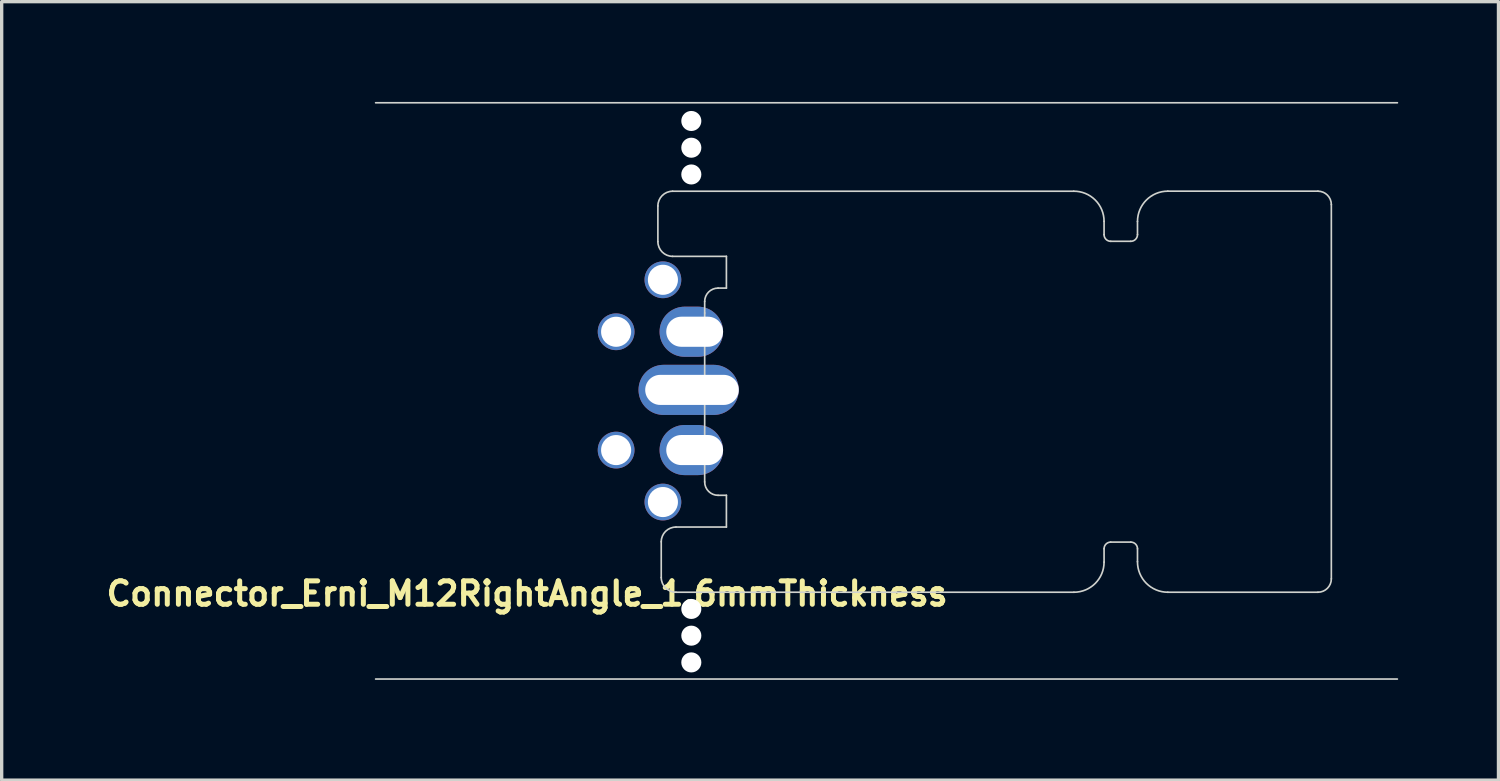
<source format=kicad_pcb>
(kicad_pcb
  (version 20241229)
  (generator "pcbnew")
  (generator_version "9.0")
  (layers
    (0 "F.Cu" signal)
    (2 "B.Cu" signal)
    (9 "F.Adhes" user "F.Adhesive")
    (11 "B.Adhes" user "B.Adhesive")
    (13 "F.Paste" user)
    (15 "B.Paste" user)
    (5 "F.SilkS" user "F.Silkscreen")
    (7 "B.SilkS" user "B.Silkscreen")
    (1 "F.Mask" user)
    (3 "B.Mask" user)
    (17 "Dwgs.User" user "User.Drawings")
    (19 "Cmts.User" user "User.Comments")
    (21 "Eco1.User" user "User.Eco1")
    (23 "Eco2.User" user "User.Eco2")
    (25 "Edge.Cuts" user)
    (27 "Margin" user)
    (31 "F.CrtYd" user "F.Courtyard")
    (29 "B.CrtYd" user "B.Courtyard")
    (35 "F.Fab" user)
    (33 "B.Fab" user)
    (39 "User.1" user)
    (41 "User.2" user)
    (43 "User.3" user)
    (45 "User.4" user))
  (footprint "Connector_Erni_M12RightAngle_1.6mmThickness"
    (layer "F.Cu")
    (at 18.035 8.616)
    (property "Reference" "Connector_Erni_M12RightAngle_1.6mmThickness" (at -5.313 6.098 0) (layer "F.SilkS") (effects (font (size 0.7 0.7) (thickness 0.15))))
    (attr through_hole)
    (fp_line (start -9.846 -8.591) (end 20.727 -8.591) (stroke (width 0.05) (type solid)) (layer "Edge.Cuts"))
    (fp_line (start -1.4 -5.504) (end -1.4 -4.436) (stroke (width 0.05) (type solid)) (layer "Edge.Cuts"))
    (fp_line (start -1.3 4.545) (end -1.3 5.614) (stroke (width 0.05) (type solid)) (layer "Edge.Cuts"))
    (fp_line (start -0.959 -3.996) (end 0.65 -3.996) (stroke (width 0.05) (type solid)) (layer "Edge.Cuts"))
    (fp_line (start -0.859 6.054) (end 11.048 6.054) (stroke (width 0.05) (type solid)) (layer "Edge.Cuts"))
    (fp_line (start 0 -2.645) (end 0 -2.3) (stroke (width 0.05) (type solid)) (layer "Edge.Cuts"))
    (fp_line (start 0 -2.3) (end 0 2.754) (stroke (width 0.05) (type solid)) (layer "Edge.Cuts"))
    (fp_line (start 0.401 3.154) (end 0.65 3.154) (stroke (width 0.05) (type solid)) (layer "Edge.Cuts"))
    (fp_line (start 0.65 -3.996) (end 0.65 -3.046) (stroke (width 0.05) (type solid)) (layer "Edge.Cuts"))
    (fp_line (start 0.65 -3.046) (end 0.401 -3.046) (stroke (width 0.05) (type solid)) (layer "Edge.Cuts"))
    (fp_line (start 0.65 3.154) (end 0.65 4.104) (stroke (width 0.05) (type solid)) (layer "Edge.Cuts"))
    (fp_line (start 0.65 4.104) (end -0.859 4.104) (stroke (width 0.05) (type solid)) (layer "Edge.Cuts"))
    (fp_line (start 11.042 -5.945) (end -0.959 -5.944) (stroke (width 0.05) (type solid)) (layer "Edge.Cuts"))
    (fp_line (start 11.95 -4.646) (end 11.95 -5.044) (stroke (width 0.05) (type solid)) (layer "Edge.Cuts"))
    (fp_line (start 11.95 5.153) (end 11.95 4.754) (stroke (width 0.05) (type solid)) (layer "Edge.Cuts"))
    (fp_line (start 12.15 4.554) (end 12.75 4.554) (stroke (width 0.05) (type solid)) (layer "Edge.Cuts"))
    (fp_line (start 12.748 -4.446) (end 12.15 -4.446) (stroke (width 0.05) (type solid)) (layer "Edge.Cuts"))
    (fp_line (start 12.95 4.754) (end 12.95 5.141) (stroke (width 0.05) (type solid)) (layer "Edge.Cuts"))
    (fp_line (start 12.95 -5.039) (end 12.95 -4.646) (stroke (width 0.05) (type solid)) (layer "Edge.Cuts"))
    (fp_line (start 13.858 6.054) (end 18.35 6.054) (stroke (width 0.05) (type solid)) (layer "Edge.Cuts"))
    (fp_line (start 18.35 -5.946) (end 13.858 -5.946) (stroke (width 0.05) (type solid)) (layer "Edge.Cuts"))
    (fp_line (start 18.75 5.654) (end 18.75 -5.545) (stroke (width 0.05) (type solid)) (layer "Edge.Cuts"))
    (fp_line (start 20.726 8.652) (end -9.846 8.652) (stroke (width 0.05) (type solid)) (layer "Edge.Cuts"))
    (fp_arc (start -1.400009 -5.5037) (mid -1.270961 -5.81525) (end -0.959412 -5.9443) (stroke (width 0.05) (type solid)) (layer "Edge.Cuts"))
    (fp_arc (start -1.300003 4.544901) (mid -1.170956 4.23335) (end -0.859406 4.1043) (stroke (width 0.05) (type solid)) (layer "Edge.Cuts"))
    (fp_arc (start -0.959411 -3.9957) (mid -1.270961 -4.124749) (end -1.400009 -4.4363) (stroke (width 0.05) (type solid)) (layer "Edge.Cuts"))
    (fp_arc (start -0.859406 6.054299) (mid -1.170955 5.925251) (end -1.300003 5.613702) (stroke (width 0.05) (type solid)) (layer "Edge.Cuts"))
    (fp_arc (start 0 -2.6452) (mid 0.117335 -2.928428) (end 0.400589 -3.0457) (stroke (width 0.05) (type solid)) (layer "Edge.Cuts"))
    (fp_arc (start 0.4006 3.1543) (mid 0.117333 3.036967) (end 0 2.7537) (stroke (width 0.05) (type solid)) (layer "Edge.Cuts"))
    (fp_arc (start 11.042402 -5.945001) (mid 11.683785 -5.683317) (end 11.949997 -5.0438) (stroke (width 0.05) (type solid)) (layer "Edge.Cuts"))
    (fp_arc (start 11.949997 4.7543) (mid 12.008575 4.61288) (end 12.149994 4.5543) (stroke (width 0.05) (type solid)) (layer "Edge.Cuts"))
    (fp_arc (start 11.949997 5.1528) (mid 11.685951 5.790257) (end 11.048492 6.0543) (stroke (width 0.05) (type solid)) (layer "Edge.Cuts"))
    (fp_arc (start 12.149997 -4.4457) (mid 12.008575 -4.504278) (end 11.949997 -4.6457) (stroke (width 0.05) (type solid)) (layer "Edge.Cuts"))
    (fp_arc (start 12.749985 4.5543) (mid 12.891414 4.612874) (end 12.949997 4.7543) (stroke (width 0.05) (type solid)) (layer "Edge.Cuts"))
    (fp_arc (start 12.949997 -4.6457) (mid 12.890641 -4.5035) (end 12.747801 -4.4457) (stroke (width 0.05) (type solid)) (layer "Edge.Cuts"))
    (fp_arc (start 12.950177 -5.039488) (mid 13.216086 -5.680769) (end 13.857524 -5.9463) (stroke (width 0.05) (type solid)) (layer "Edge.Cuts"))
    (fp_arc (start 13.857525 6.0543) (mid 13.21363 5.786329) (end 12.949997 5.140645) (stroke (width 0.05) (type solid)) (layer "Edge.Cuts"))
    (fp_arc (start 18.349503 -5.9457) (mid 18.632687 -5.828402) (end 18.749985 -5.545218) (stroke (width 0.05) (type solid)) (layer "Edge.Cuts"))
    (fp_arc (start 18.749985 5.6538) (mid 18.632693 5.936995) (end 18.349503 6.0543) (stroke (width 0.05) (type solid)) (layer "Edge.Cuts"))
    (pad "" np_thru_hole circle (at -1.25 -3.294) (size 1.1 1.1) (drill 0.9) (layers "*.Cu" "*.Mask"))
    (pad "" np_thru_hole circle (at -1.25 3.356) (size 1.1 1.1) (drill 0.9) (layers "*.Cu" "*.Mask"))
    (pad "" np_thru_hole circle (at -0.4 -8.046) (size 0.6 0.6) (drill 0.6) (layers "*.Cu" "*.Mask"))
    (pad "" np_thru_hole circle (at -0.4 -7.246) (size 0.6 0.6) (drill 0.6) (layers "*.Cu" "*.Mask"))
    (pad "" np_thru_hole circle (at -0.4 -6.446) (size 0.6 0.6) (drill 0.6) (layers "*.Cu" "*.Mask"))
    (pad "" np_thru_hole circle (at -0.4 6.554) (size 0.6 0.6) (drill 0.6) (layers "*.Cu" "*.Mask"))
    (pad "" np_thru_hole circle (at -0.4 7.354) (size 0.6 0.6) (drill 0.6) (layers "*.Cu" "*.Mask"))
    (pad "" np_thru_hole circle (at -0.4 8.154) (size 0.6 0.6) (drill 0.6) (layers "*.Cu" "*.Mask"))
    (pad "1" thru_hole oval (at -0.3 1.8) (size 1.9 1.5) (drill oval 1.7 0.9 (offset -0.1 0)) (layers "*.Cu" "*.Mask" "F.Paste"))
    (pad "2" thru_hole oval (at -0.3 -1.74) (size 1.9 1.5) (drill oval 1.7 0.9 (offset -0.1 0)) (layers "*.Cu" "*.Mask" "F.Paste"))
    (pad "3" thru_hole circle (at -2.65 -1.739) (size 1.1 1.1) (drill 0.9) (layers "*.Cu" "*.Mask"))
    (pad "4" thru_hole circle (at -2.65 1.801) (size 1.1 1.1) (drill 0.9) (layers "*.Cu" "*.Mask"))
    (pad "5" thru_hole oval (at -0.38 0) (size 3 1.5) (drill oval 2.8 0.9 (offset -0.1 0)) (layers "*.Cu" "*.Mask" "F.Paste")))
  (gr_rect
    (start -3 -3)
    (end 41.786 20.293)
    (stroke (width 0.1) (type default))
    (fill no)
    (layer "Edge.Cuts")))
</source>
